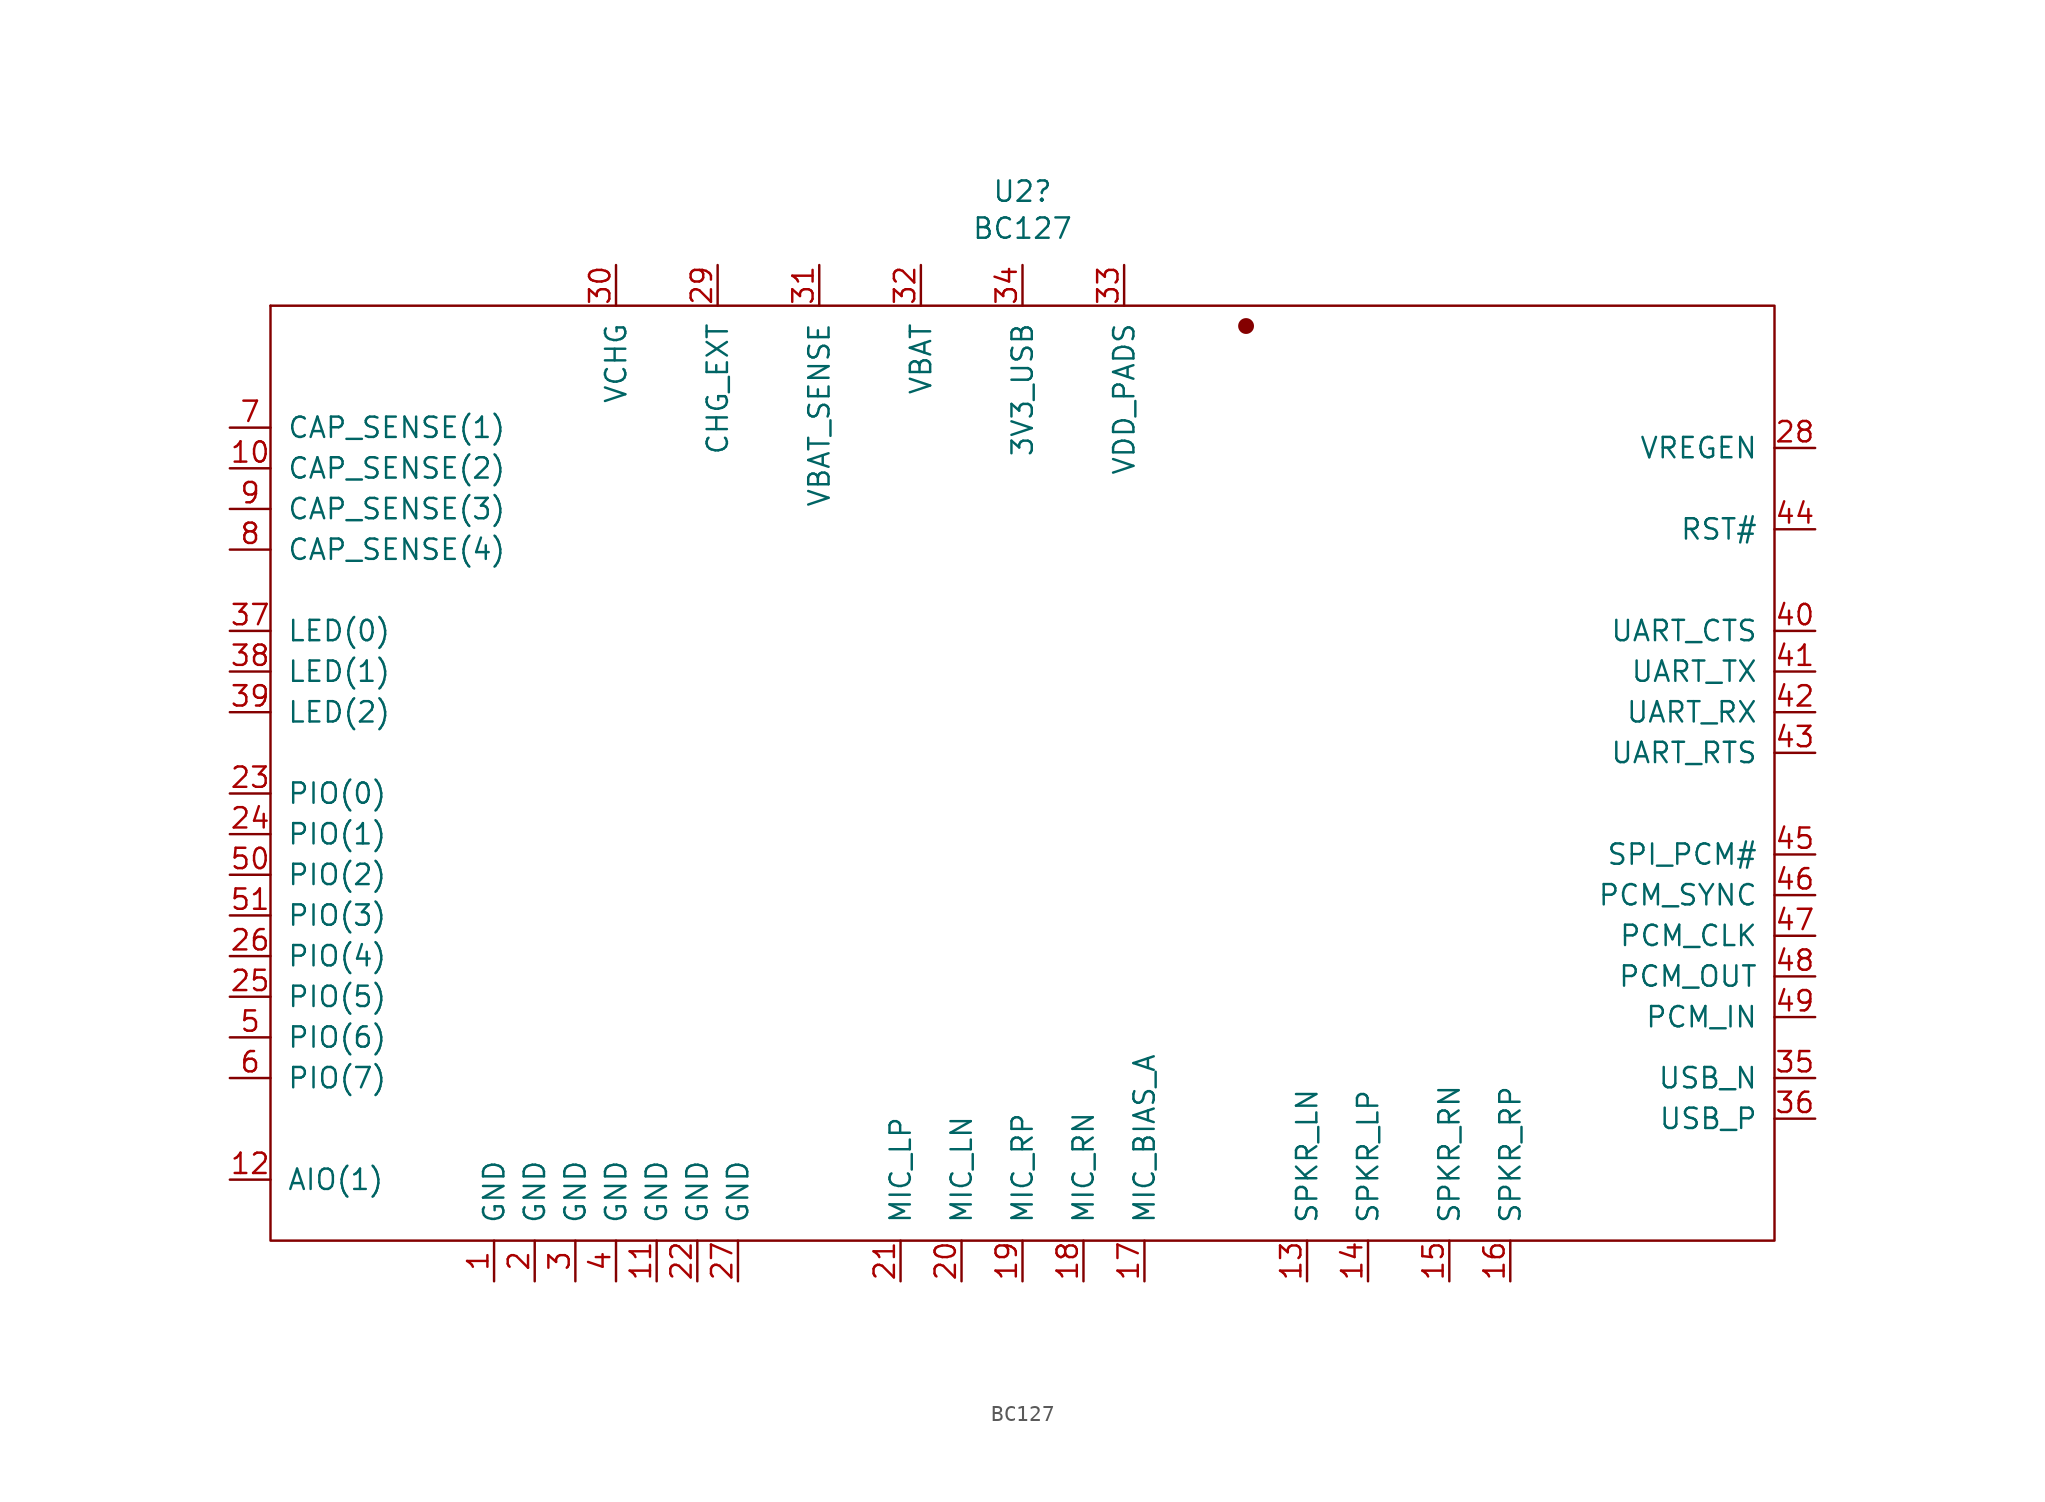
<source format=kicad_sym>
(kicad_symbol_lib
  (version 20211014)
  (generator kicad_symbol_editor)
  (symbol "BC127"
    (pin_names
      (offset 1.016))
    (property "Reference" "U2"
      (at 0 31.267 0)
      (effects (font (size 1.27 1.27))))
    (property "Value" "BC127"
      (at 0 28.956 0)
      (effects (font (size 1.27 1.27))))
    (symbol "BC127_0_1"
      (rectangle (start -46.99 24.13) (end -46.99 24.13) (stroke (width 0) (type default) (color 0 0 0 0)) (fill (type none)))
      (rectangle (start -46.99 24.13) (end 46.99 -34.29) (stroke (width 0) (type default) (color 0 0 0 0)) (fill (type none)))
      (rectangle (start 13.97 22.86) (end 13.97 22.86) (stroke (width 0.991) (type default) (color 0 0 0 0)) (fill (type none))))
    (symbol "BC127_1_1"
      (pin input line (at -33.02 -36.83 90) (length 2.54) (name "GND" (effects (font (size 1.27 1.27)))) (number "1" (effects (font (size 1.27 1.27)))))
      (pin input line (at -49.53 13.97 0) (length 2.54) (name "CAP_SENSE(2)" (effects (font (size 1.27 1.27)))) (number "10" (effects (font (size 1.27 1.27)))))
      (pin input line (at -22.86 -36.83 90) (length 2.54) (name "GND" (effects (font (size 1.27 1.27)))) (number "11" (effects (font (size 1.27 1.27)))))
      (pin bidirectional line (at -49.53 -30.48 0) (length 2.54) (name "AIO(1)" (effects (font (size 1.27 1.27)))) (number "12" (effects (font (size 1.27 1.27)))))
      (pin output line (at 17.78 -36.83 90) (length 2.54) (name "SPKR_LN" (effects (font (size 1.27 1.27)))) (number "13" (effects (font (size 1.27 1.27)))))
      (pin output line (at 21.59 -36.83 90) (length 2.54) (name "SPKR_LP" (effects (font (size 1.27 1.27)))) (number "14" (effects (font (size 1.27 1.27)))))
      (pin output line (at 26.67 -36.83 90) (length 2.54) (name "SPKR_RN" (effects (font (size 1.27 1.27)))) (number "15" (effects (font (size 1.27 1.27)))))
      (pin output line (at 30.48 -36.83 90) (length 2.54) (name "SPKR_RP" (effects (font (size 1.27 1.27)))) (number "16" (effects (font (size 1.27 1.27)))))
      (pin input line (at 7.62 -36.83 90) (length 2.54) (name "MIC_BIAS_A" (effects (font (size 1.27 1.27)))) (number "17" (effects (font (size 1.27 1.27)))))
      (pin input line (at 3.81 -36.83 90) (length 2.54) (name "MIC_RN" (effects (font (size 1.27 1.27)))) (number "18" (effects (font (size 1.27 1.27)))))
      (pin input line (at 0 -36.83 90) (length 2.54) (name "MIC_RP" (effects (font (size 1.27 1.27)))) (number "19" (effects (font (size 1.27 1.27)))))
      (pin input line (at -30.48 -36.83 90) (length 2.54) (name "GND" (effects (font (size 1.27 1.27)))) (number "2" (effects (font (size 1.27 1.27)))))
      (pin input line (at -3.81 -36.83 90) (length 2.54) (name "MIC_LN" (effects (font (size 1.27 1.27)))) (number "20" (effects (font (size 1.27 1.27)))))
      (pin input line (at -7.62 -36.83 90) (length 2.54) (name "MIC_LP" (effects (font (size 1.27 1.27)))) (number "21" (effects (font (size 1.27 1.27)))))
      (pin input line (at -20.32 -36.83 90) (length 2.54) (name "GND" (effects (font (size 1.27 1.27)))) (number "22" (effects (font (size 1.27 1.27)))))
      (pin bidirectional line (at -49.53 -6.35 0) (length 2.54) (name "PIO(0)" (effects (font (size 1.27 1.27)))) (number "23" (effects (font (size 1.27 1.27)))))
      (pin bidirectional line (at -49.53 -8.89 0) (length 2.54) (name "PIO(1)" (effects (font (size 1.27 1.27)))) (number "24" (effects (font (size 1.27 1.27)))))
      (pin bidirectional line (at -49.53 -19.05 0) (length 2.54) (name "PIO(5)" (effects (font (size 1.27 1.27)))) (number "25" (effects (font (size 1.27 1.27)))))
      (pin bidirectional line (at -49.53 -16.51 0) (length 2.54) (name "PIO(4)" (effects (font (size 1.27 1.27)))) (number "26" (effects (font (size 1.27 1.27)))))
      (pin input line (at -17.78 -36.83 90) (length 2.54) (name "GND" (effects (font (size 1.27 1.27)))) (number "27" (effects (font (size 1.27 1.27)))))
      (pin input line (at 49.53 15.24 180) (length 2.54) (name "VREGEN" (effects (font (size 1.27 1.27)))) (number "28" (effects (font (size 1.27 1.27)))))
      (pin input line (at -19.05 26.67 270) (length 2.54) (name "CHG_EXT" (effects (font (size 1.27 1.27)))) (number "29" (effects (font (size 1.27 1.27)))))
      (pin input line (at -27.94 -36.83 90) (length 2.54) (name "GND" (effects (font (size 1.27 1.27)))) (number "3" (effects (font (size 1.27 1.27)))))
      (pin input line (at -25.4 26.67 270) (length 2.54) (name "VCHG" (effects (font (size 1.27 1.27)))) (number "30" (effects (font (size 1.27 1.27)))))
      (pin input line (at -12.7 26.67 270) (length 2.54) (name "VBAT_SENSE" (effects (font (size 1.27 1.27)))) (number "31" (effects (font (size 1.27 1.27)))))
      (pin input line (at -6.35 26.67 270) (length 2.54) (name "VBAT" (effects (font (size 1.27 1.27)))) (number "32" (effects (font (size 1.27 1.27)))))
      (pin input line (at 6.35 26.67 270) (length 2.54) (name "VDD_PADS" (effects (font (size 1.27 1.27)))) (number "33" (effects (font (size 1.27 1.27)))))
      (pin input line (at 0 26.67 270) (length 2.54) (name "3V3_USB" (effects (font (size 1.27 1.27)))) (number "34" (effects (font (size 1.27 1.27)))))
      (pin bidirectional line (at 49.53 -24.13 180) (length 2.54) (name "USB_N" (effects (font (size 1.27 1.27)))) (number "35" (effects (font (size 1.27 1.27)))))
      (pin bidirectional line (at 49.53 -26.67 180) (length 2.54) (name "USB_P" (effects (font (size 1.27 1.27)))) (number "36" (effects (font (size 1.27 1.27)))))
      (pin output line (at -49.53 3.81 0) (length 2.54) (name "LED(0)" (effects (font (size 1.27 1.27)))) (number "37" (effects (font (size 1.27 1.27)))))
      (pin output line (at -49.53 1.27 0) (length 2.54) (name "LED(1)" (effects (font (size 1.27 1.27)))) (number "38" (effects (font (size 1.27 1.27)))))
      (pin output line (at -49.53 -1.27 0) (length 2.54) (name "LED(2)" (effects (font (size 1.27 1.27)))) (number "39" (effects (font (size 1.27 1.27)))))
      (pin input line (at -25.4 -36.83 90) (length 2.54) (name "GND" (effects (font (size 1.27 1.27)))) (number "4" (effects (font (size 1.27 1.27)))))
      (pin input line (at 49.53 3.81 180) (length 2.54) (name "UART_CTS" (effects (font (size 1.27 1.27)))) (number "40" (effects (font (size 1.27 1.27)))))
      (pin output line (at 49.53 1.27 180) (length 2.54) (name "UART_TX" (effects (font (size 1.27 1.27)))) (number "41" (effects (font (size 1.27 1.27)))))
      (pin input line (at 49.53 -1.27 180) (length 2.54) (name "UART_RX" (effects (font (size 1.27 1.27)))) (number "42" (effects (font (size 1.27 1.27)))))
      (pin input line (at 49.53 -3.81 180) (length 2.54) (name "UART_RTS" (effects (font (size 1.27 1.27)))) (number "43" (effects (font (size 1.27 1.27)))))
      (pin input line (at 49.53 10.16 180) (length 2.54) (name "RST#" (effects (font (size 1.27 1.27)))) (number "44" (effects (font (size 1.27 1.27)))))
      (pin input line (at 49.53 -10.16 180) (length 2.54) (name "SPI_PCM#" (effects (font (size 1.27 1.27)))) (number "45" (effects (font (size 1.27 1.27)))))
      (pin bidirectional line (at 49.53 -12.7 180) (length 2.54) (name "PCM_SYNC" (effects (font (size 1.27 1.27)))) (number "46" (effects (font (size 1.27 1.27)))))
      (pin bidirectional line (at 49.53 -15.24 180) (length 2.54) (name "PCM_CLK" (effects (font (size 1.27 1.27)))) (number "47" (effects (font (size 1.27 1.27)))))
      (pin output line (at 49.53 -17.78 180) (length 2.54) (name "PCM_OUT" (effects (font (size 1.27 1.27)))) (number "48" (effects (font (size 1.27 1.27)))))
      (pin input line (at 49.53 -20.32 180) (length 2.54) (name "PCM_IN" (effects (font (size 1.27 1.27)))) (number "49" (effects (font (size 1.27 1.27)))))
      (pin bidirectional line (at -49.53 -21.59 0) (length 2.54) (name "PIO(6)" (effects (font (size 1.27 1.27)))) (number "5" (effects (font (size 1.27 1.27)))))
      (pin bidirectional line (at -49.53 -11.43 0) (length 2.54) (name "PIO(2)" (effects (font (size 1.27 1.27)))) (number "50" (effects (font (size 1.27 1.27)))))
      (pin bidirectional line (at -49.53 -13.97 0) (length 2.54) (name "PIO(3)" (effects (font (size 1.27 1.27)))) (number "51" (effects (font (size 1.27 1.27)))))
      (pin bidirectional line (at -49.53 -24.13 0) (length 2.54) (name "PIO(7)" (effects (font (size 1.27 1.27)))) (number "6" (effects (font (size 1.27 1.27)))))
      (pin input line (at -49.53 16.51 0) (length 2.54) (name "CAP_SENSE(1)" (effects (font (size 1.27 1.27)))) (number "7" (effects (font (size 1.27 1.27)))))
      (pin input line (at -49.53 8.89 0) (length 2.54) (name "CAP_SENSE(4)" (effects (font (size 1.27 1.27)))) (number "8" (effects (font (size 1.27 1.27)))))
      (pin input line (at -49.53 11.43 0) (length 2.54) (name "CAP_SENSE(3)" (effects (font (size 1.27 1.27)))) (number "9" (effects (font (size 1.27 1.27))))))))
</source>
